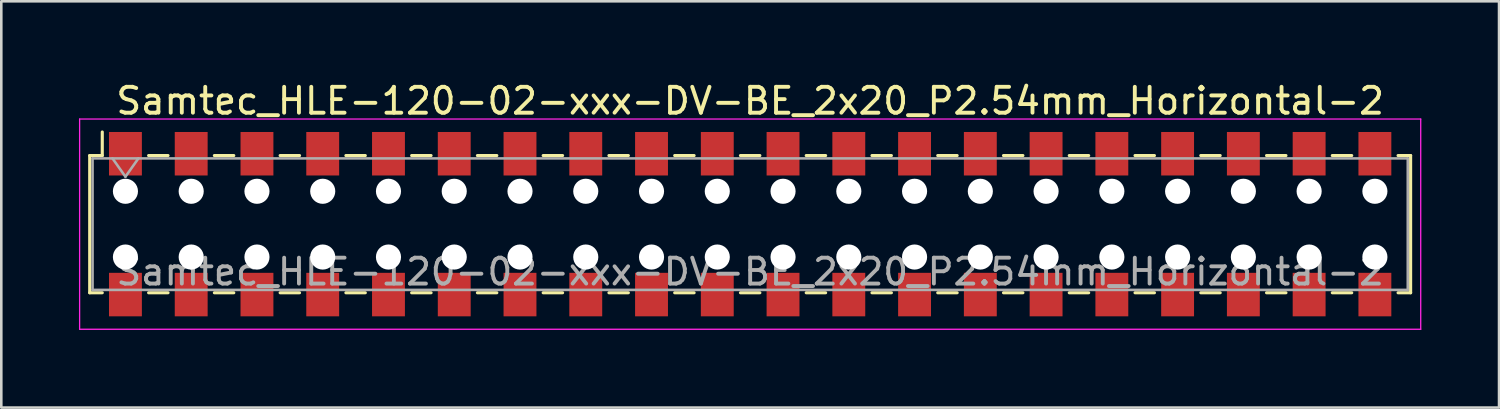
<source format=kicad_pcb>
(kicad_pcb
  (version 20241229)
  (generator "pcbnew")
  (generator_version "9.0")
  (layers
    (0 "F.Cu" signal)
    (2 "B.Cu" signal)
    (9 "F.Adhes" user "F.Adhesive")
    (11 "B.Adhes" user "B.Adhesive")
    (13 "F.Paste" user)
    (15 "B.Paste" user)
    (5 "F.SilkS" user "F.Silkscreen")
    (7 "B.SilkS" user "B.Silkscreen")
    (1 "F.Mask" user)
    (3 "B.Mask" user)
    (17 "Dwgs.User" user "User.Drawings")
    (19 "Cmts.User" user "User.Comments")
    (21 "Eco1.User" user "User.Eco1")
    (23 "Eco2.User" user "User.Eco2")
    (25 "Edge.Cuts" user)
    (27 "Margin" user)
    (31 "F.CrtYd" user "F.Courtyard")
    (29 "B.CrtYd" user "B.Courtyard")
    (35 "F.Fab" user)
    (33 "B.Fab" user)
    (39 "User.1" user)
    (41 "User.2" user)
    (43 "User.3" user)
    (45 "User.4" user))
  (footprint "Samtec_HLE-120-02-xxx-DV-BE_2x20_P2.54mm_Horizontal-2"
    (layer "F.Cu")
    (at 25.925 5.608)
    (property "Reference" "Samtec_HLE-120-02-xxx-DV-BE_2x20_P2.54mm_Horizontal-2" (at 0 -4.76 0) (layer "F.SilkS") (effects (font (size 1 1) (thickness 0.15))))
    (attr smd)
    (fp_line (start -25.51 -2.65) (end -25.51 2.65) (stroke (width 0.12) (type solid)) (layer "F.SilkS"))
    (fp_line (start -25.51 2.65) (end -25.025 2.65) (stroke (width 0.12) (type solid)) (layer "F.SilkS"))
    (fp_line (start -25.025 -3.56) (end -25.025 -2.65) (stroke (width 0.12) (type solid)) (layer "F.SilkS"))
    (fp_line (start -25.025 -2.65) (end -25.51 -2.65) (stroke (width 0.12) (type solid)) (layer "F.SilkS"))
    (fp_line (start -23.235 -2.65) (end -22.485 -2.65) (stroke (width 0.12) (type solid)) (layer "F.SilkS"))
    (fp_line (start -23.235 2.65) (end -22.485 2.65) (stroke (width 0.12) (type solid)) (layer "F.SilkS"))
    (fp_line (start -20.695 -2.65) (end -19.945 -2.65) (stroke (width 0.12) (type solid)) (layer "F.SilkS"))
    (fp_line (start -20.695 2.65) (end -19.945 2.65) (stroke (width 0.12) (type solid)) (layer "F.SilkS"))
    (fp_line (start -18.155 -2.65) (end -17.405 -2.65) (stroke (width 0.12) (type solid)) (layer "F.SilkS"))
    (fp_line (start -18.155 2.65) (end -17.405 2.65) (stroke (width 0.12) (type solid)) (layer "F.SilkS"))
    (fp_line (start -15.615 -2.65) (end -14.865 -2.65) (stroke (width 0.12) (type solid)) (layer "F.SilkS"))
    (fp_line (start -15.615 2.65) (end -14.865 2.65) (stroke (width 0.12) (type solid)) (layer "F.SilkS"))
    (fp_line (start -13.075 -2.65) (end -12.325 -2.65) (stroke (width 0.12) (type solid)) (layer "F.SilkS"))
    (fp_line (start -13.075 2.65) (end -12.325 2.65) (stroke (width 0.12) (type solid)) (layer "F.SilkS"))
    (fp_line (start -10.535 -2.65) (end -9.785 -2.65) (stroke (width 0.12) (type solid)) (layer "F.SilkS"))
    (fp_line (start -10.535 2.65) (end -9.785 2.65) (stroke (width 0.12) (type solid)) (layer "F.SilkS"))
    (fp_line (start -7.995 -2.65) (end -7.245 -2.65) (stroke (width 0.12) (type solid)) (layer "F.SilkS"))
    (fp_line (start -7.995 2.65) (end -7.245 2.65) (stroke (width 0.12) (type solid)) (layer "F.SilkS"))
    (fp_line (start -5.455 -2.65) (end -4.705 -2.65) (stroke (width 0.12) (type solid)) (layer "F.SilkS"))
    (fp_line (start -5.455 2.65) (end -4.705 2.65) (stroke (width 0.12) (type solid)) (layer "F.SilkS"))
    (fp_line (start -2.915 -2.65) (end -2.165 -2.65) (stroke (width 0.12) (type solid)) (layer "F.SilkS"))
    (fp_line (start -2.915 2.65) (end -2.165 2.65) (stroke (width 0.12) (type solid)) (layer "F.SilkS"))
    (fp_line (start -0.375 -2.65) (end 0.375 -2.65) (stroke (width 0.12) (type solid)) (layer "F.SilkS"))
    (fp_line (start -0.375 2.65) (end 0.375 2.65) (stroke (width 0.12) (type solid)) (layer "F.SilkS"))
    (fp_line (start 2.165 -2.65) (end 2.915 -2.65) (stroke (width 0.12) (type solid)) (layer "F.SilkS"))
    (fp_line (start 2.165 2.65) (end 2.915 2.65) (stroke (width 0.12) (type solid)) (layer "F.SilkS"))
    (fp_line (start 4.705 -2.65) (end 5.455 -2.65) (stroke (width 0.12) (type solid)) (layer "F.SilkS"))
    (fp_line (start 4.705 2.65) (end 5.455 2.65) (stroke (width 0.12) (type solid)) (layer "F.SilkS"))
    (fp_line (start 7.245 -2.65) (end 7.995 -2.65) (stroke (width 0.12) (type solid)) (layer "F.SilkS"))
    (fp_line (start 7.245 2.65) (end 7.995 2.65) (stroke (width 0.12) (type solid)) (layer "F.SilkS"))
    (fp_line (start 9.785 -2.65) (end 10.535 -2.65) (stroke (width 0.12) (type solid)) (layer "F.SilkS"))
    (fp_line (start 9.785 2.65) (end 10.535 2.65) (stroke (width 0.12) (type solid)) (layer "F.SilkS"))
    (fp_line (start 12.325 -2.65) (end 13.075 -2.65) (stroke (width 0.12) (type solid)) (layer "F.SilkS"))
    (fp_line (start 12.325 2.65) (end 13.075 2.65) (stroke (width 0.12) (type solid)) (layer "F.SilkS"))
    (fp_line (start 14.865 -2.65) (end 15.615 -2.65) (stroke (width 0.12) (type solid)) (layer "F.SilkS"))
    (fp_line (start 14.865 2.65) (end 15.615 2.65) (stroke (width 0.12) (type solid)) (layer "F.SilkS"))
    (fp_line (start 17.405 -2.65) (end 18.155 -2.65) (stroke (width 0.12) (type solid)) (layer "F.SilkS"))
    (fp_line (start 17.405 2.65) (end 18.155 2.65) (stroke (width 0.12) (type solid)) (layer "F.SilkS"))
    (fp_line (start 19.945 -2.65) (end 20.695 -2.65) (stroke (width 0.12) (type solid)) (layer "F.SilkS"))
    (fp_line (start 19.945 2.65) (end 20.695 2.65) (stroke (width 0.12) (type solid)) (layer "F.SilkS"))
    (fp_line (start 22.485 -2.65) (end 23.235 -2.65) (stroke (width 0.12) (type solid)) (layer "F.SilkS"))
    (fp_line (start 22.485 2.65) (end 23.235 2.65) (stroke (width 0.12) (type solid)) (layer "F.SilkS"))
    (fp_line (start 25.025 -2.65) (end 25.51 -2.65) (stroke (width 0.12) (type solid)) (layer "F.SilkS"))
    (fp_line (start 25.51 -2.65) (end 25.51 2.65) (stroke (width 0.12) (type solid)) (layer "F.SilkS"))
    (fp_line (start 25.51 2.65) (end 25.025 2.65) (stroke (width 0.12) (type solid)) (layer "F.SilkS"))
    (fp_line (start -25.9 -4.06) (end 25.9 -4.06) (stroke (width 0.05) (type solid)) (layer "F.CrtYd"))
    (fp_line (start -25.9 4.06) (end -25.9 -4.06) (stroke (width 0.05) (type solid)) (layer "F.CrtYd"))
    (fp_line (start 25.9 -4.06) (end 25.9 4.06) (stroke (width 0.05) (type solid)) (layer "F.CrtYd"))
    (fp_line (start 25.9 4.06) (end -25.9 4.06) (stroke (width 0.05) (type solid)) (layer "F.CrtYd"))
    (fp_line (start -25.4 -2.54) (end 25.4 -2.54) (stroke (width 0.1) (type solid)) (layer "F.Fab"))
    (fp_line (start -25.4 2.54) (end -25.4 -2.54) (stroke (width 0.1) (type solid)) (layer "F.Fab"))
    (fp_line (start -24.63 -2.54) (end -24.13 -1.833) (stroke (width 0.1) (type solid)) (layer "F.Fab"))
    (fp_line (start -24.13 -1.833) (end -23.63 -2.54) (stroke (width 0.1) (type solid)) (layer "F.Fab"))
    (fp_line (start 25.4 -2.54) (end 25.4 2.54) (stroke (width 0.1) (type solid)) (layer "F.Fab"))
    (fp_line (start 25.4 2.54) (end -25.4 2.54) (stroke (width 0.1) (type solid)) (layer "F.Fab"))
    (fp_text user "${REFERENCE}" (at 0 1.84 0) (layer "F.Fab") (effects (font (size 1 1) (thickness 0.15))))
    (pad "" np_thru_hole circle (at -24.13 -1.27) (size 0.97 0.97) (drill 0.97) (layers "*.Cu" "*.Mask"))
    (pad "" np_thru_hole circle (at -24.13 1.27) (size 0.97 0.97) (drill 0.97) (layers "*.Cu" "*.Mask"))
    (pad "" np_thru_hole circle (at -21.59 -1.27) (size 0.97 0.97) (drill 0.97) (layers "*.Cu" "*.Mask"))
    (pad "" np_thru_hole circle (at -21.59 1.27) (size 0.97 0.97) (drill 0.97) (layers "*.Cu" "*.Mask"))
    (pad "" np_thru_hole circle (at -19.05 -1.27) (size 0.97 0.97) (drill 0.97) (layers "*.Cu" "*.Mask"))
    (pad "" np_thru_hole circle (at -19.05 1.27) (size 0.97 0.97) (drill 0.97) (layers "*.Cu" "*.Mask"))
    (pad "" np_thru_hole circle (at -16.51 -1.27) (size 0.97 0.97) (drill 0.97) (layers "*.Cu" "*.Mask"))
    (pad "" np_thru_hole circle (at -16.51 1.27) (size 0.97 0.97) (drill 0.97) (layers "*.Cu" "*.Mask"))
    (pad "" np_thru_hole circle (at -13.97 -1.27) (size 0.97 0.97) (drill 0.97) (layers "*.Cu" "*.Mask"))
    (pad "" np_thru_hole circle (at -13.97 1.27) (size 0.97 0.97) (drill 0.97) (layers "*.Cu" "*.Mask"))
    (pad "" np_thru_hole circle (at -11.43 -1.27) (size 0.97 0.97) (drill 0.97) (layers "*.Cu" "*.Mask"))
    (pad "" np_thru_hole circle (at -11.43 1.27) (size 0.97 0.97) (drill 0.97) (layers "*.Cu" "*.Mask"))
    (pad "" np_thru_hole circle (at -8.89 -1.27) (size 0.97 0.97) (drill 0.97) (layers "*.Cu" "*.Mask"))
    (pad "" np_thru_hole circle (at -8.89 1.27) (size 0.97 0.97) (drill 0.97) (layers "*.Cu" "*.Mask"))
    (pad "" np_thru_hole circle (at -6.35 -1.27) (size 0.97 0.97) (drill 0.97) (layers "*.Cu" "*.Mask"))
    (pad "" np_thru_hole circle (at -6.35 1.27) (size 0.97 0.97) (drill 0.97) (layers "*.Cu" "*.Mask"))
    (pad "" np_thru_hole circle (at -3.81 -1.27) (size 0.97 0.97) (drill 0.97) (layers "*.Cu" "*.Mask"))
    (pad "" np_thru_hole circle (at -3.81 1.27) (size 0.97 0.97) (drill 0.97) (layers "*.Cu" "*.Mask"))
    (pad "" np_thru_hole circle (at -1.27 -1.27) (size 0.97 0.97) (drill 0.97) (layers "*.Cu" "*.Mask"))
    (pad "" np_thru_hole circle (at -1.27 1.27) (size 0.97 0.97) (drill 0.97) (layers "*.Cu" "*.Mask"))
    (pad "" np_thru_hole circle (at 1.27 -1.27) (size 0.97 0.97) (drill 0.97) (layers "*.Cu" "*.Mask"))
    (pad "" np_thru_hole circle (at 1.27 1.27) (size 0.97 0.97) (drill 0.97) (layers "*.Cu" "*.Mask"))
    (pad "" np_thru_hole circle (at 3.81 -1.27) (size 0.97 0.97) (drill 0.97) (layers "*.Cu" "*.Mask"))
    (pad "" np_thru_hole circle (at 3.81 1.27) (size 0.97 0.97) (drill 0.97) (layers "*.Cu" "*.Mask"))
    (pad "" np_thru_hole circle (at 6.35 -1.27) (size 0.97 0.97) (drill 0.97) (layers "*.Cu" "*.Mask"))
    (pad "" np_thru_hole circle (at 6.35 1.27) (size 0.97 0.97) (drill 0.97) (layers "*.Cu" "*.Mask"))
    (pad "" np_thru_hole circle (at 8.89 -1.27) (size 0.97 0.97) (drill 0.97) (layers "*.Cu" "*.Mask"))
    (pad "" np_thru_hole circle (at 8.89 1.27) (size 0.97 0.97) (drill 0.97) (layers "*.Cu" "*.Mask"))
    (pad "" np_thru_hole circle (at 11.43 -1.27) (size 0.97 0.97) (drill 0.97) (layers "*.Cu" "*.Mask"))
    (pad "" np_thru_hole circle (at 11.43 1.27) (size 0.97 0.97) (drill 0.97) (layers "*.Cu" "*.Mask"))
    (pad "" np_thru_hole circle (at 13.97 -1.27) (size 0.97 0.97) (drill 0.97) (layers "*.Cu" "*.Mask"))
    (pad "" np_thru_hole circle (at 13.97 1.27) (size 0.97 0.97) (drill 0.97) (layers "*.Cu" "*.Mask"))
    (pad "" np_thru_hole circle (at 16.51 -1.27) (size 0.97 0.97) (drill 0.97) (layers "*.Cu" "*.Mask"))
    (pad "" np_thru_hole circle (at 16.51 1.27) (size 0.97 0.97) (drill 0.97) (layers "*.Cu" "*.Mask"))
    (pad "" np_thru_hole circle (at 19.05 -1.27) (size 0.97 0.97) (drill 0.97) (layers "*.Cu" "*.Mask"))
    (pad "" np_thru_hole circle (at 19.05 1.27) (size 0.97 0.97) (drill 0.97) (layers "*.Cu" "*.Mask"))
    (pad "" np_thru_hole circle (at 21.59 -1.27) (size 0.97 0.97) (drill 0.97) (layers "*.Cu" "*.Mask"))
    (pad "" np_thru_hole circle (at 21.59 1.27) (size 0.97 0.97) (drill 0.97) (layers "*.Cu" "*.Mask"))
    (pad "" np_thru_hole circle (at 24.13 -1.27) (size 0.97 0.97) (drill 0.97) (layers "*.Cu" "*.Mask"))
    (pad "" np_thru_hole circle (at 24.13 1.27) (size 0.97 0.97) (drill 0.97) (layers "*.Cu" "*.Mask"))
    (pad "1" smd rect (at -24.13 2.72) (size 1.27 1.68) (layers "F.Cu" "F.Mask" "F.Paste"))
    (pad "2" smd rect (at -24.13 -2.72) (size 1.27 1.68) (layers "F.Cu" "F.Mask" "F.Paste"))
    (pad "3" smd rect (at -21.59 2.72) (size 1.27 1.68) (layers "F.Cu" "F.Mask" "F.Paste"))
    (pad "4" smd rect (at -21.59 -2.72) (size 1.27 1.68) (layers "F.Cu" "F.Mask" "F.Paste"))
    (pad "5" smd rect (at -19.05 2.72) (size 1.27 1.68) (layers "F.Cu" "F.Mask" "F.Paste"))
    (pad "6" smd rect (at -19.05 -2.72) (size 1.27 1.68) (layers "F.Cu" "F.Mask" "F.Paste"))
    (pad "7" smd rect (at -16.51 2.72) (size 1.27 1.68) (layers "F.Cu" "F.Mask" "F.Paste"))
    (pad "8" smd rect (at -16.51 -2.72) (size 1.27 1.68) (layers "F.Cu" "F.Mask" "F.Paste"))
    (pad "9" smd rect (at -13.97 2.72) (size 1.27 1.68) (layers "F.Cu" "F.Mask" "F.Paste"))
    (pad "10" smd rect (at -13.97 -2.72) (size 1.27 1.68) (layers "F.Cu" "F.Mask" "F.Paste"))
    (pad "11" smd rect (at -11.43 2.72) (size 1.27 1.68) (layers "F.Cu" "F.Mask" "F.Paste"))
    (pad "12" smd rect (at -11.43 -2.72) (size 1.27 1.68) (layers "F.Cu" "F.Mask" "F.Paste"))
    (pad "13" smd rect (at -8.89 2.72) (size 1.27 1.68) (layers "F.Cu" "F.Mask" "F.Paste"))
    (pad "14" smd rect (at -8.89 -2.72) (size 1.27 1.68) (layers "F.Cu" "F.Mask" "F.Paste"))
    (pad "15" smd rect (at -6.35 2.72) (size 1.27 1.68) (layers "F.Cu" "F.Mask" "F.Paste"))
    (pad "16" smd rect (at -6.35 -2.72) (size 1.27 1.68) (layers "F.Cu" "F.Mask" "F.Paste"))
    (pad "17" smd rect (at -3.81 2.72) (size 1.27 1.68) (layers "F.Cu" "F.Mask" "F.Paste"))
    (pad "18" smd rect (at -3.81 -2.72) (size 1.27 1.68) (layers "F.Cu" "F.Mask" "F.Paste"))
    (pad "19" smd rect (at -1.27 2.72) (size 1.27 1.68) (layers "F.Cu" "F.Mask" "F.Paste"))
    (pad "20" smd rect (at -1.27 -2.72) (size 1.27 1.68) (layers "F.Cu" "F.Mask" "F.Paste"))
    (pad "21" smd rect (at 1.27 2.72) (size 1.27 1.68) (layers "F.Cu" "F.Mask" "F.Paste"))
    (pad "22" smd rect (at 1.27 -2.72) (size 1.27 1.68) (layers "F.Cu" "F.Mask" "F.Paste"))
    (pad "23" smd rect (at 3.81 2.72) (size 1.27 1.68) (layers "F.Cu" "F.Mask" "F.Paste"))
    (pad "24" smd rect (at 3.81 -2.72) (size 1.27 1.68) (layers "F.Cu" "F.Mask" "F.Paste"))
    (pad "25" smd rect (at 6.35 2.72) (size 1.27 1.68) (layers "F.Cu" "F.Mask" "F.Paste"))
    (pad "26" smd rect (at 6.35 -2.72) (size 1.27 1.68) (layers "F.Cu" "F.Mask" "F.Paste"))
    (pad "27" smd rect (at 8.89 2.72) (size 1.27 1.68) (layers "F.Cu" "F.Mask" "F.Paste"))
    (pad "28" smd rect (at 8.89 -2.72) (size 1.27 1.68) (layers "F.Cu" "F.Mask" "F.Paste"))
    (pad "29" smd rect (at 11.43 2.72) (size 1.27 1.68) (layers "F.Cu" "F.Mask" "F.Paste"))
    (pad "30" smd rect (at 11.43 -2.72) (size 1.27 1.68) (layers "F.Cu" "F.Mask" "F.Paste"))
    (pad "31" smd rect (at 13.97 2.72) (size 1.27 1.68) (layers "F.Cu" "F.Mask" "F.Paste"))
    (pad "32" smd rect (at 13.97 -2.72) (size 1.27 1.68) (layers "F.Cu" "F.Mask" "F.Paste"))
    (pad "33" smd rect (at 16.51 2.72) (size 1.27 1.68) (layers "F.Cu" "F.Mask" "F.Paste"))
    (pad "34" smd rect (at 16.51 -2.72) (size 1.27 1.68) (layers "F.Cu" "F.Mask" "F.Paste"))
    (pad "35" smd rect (at 19.05 2.72) (size 1.27 1.68) (layers "F.Cu" "F.Mask" "F.Paste"))
    (pad "36" smd rect (at 19.05 -2.72) (size 1.27 1.68) (layers "F.Cu" "F.Mask" "F.Paste"))
    (pad "37" smd rect (at 21.59 2.72) (size 1.27 1.68) (layers "F.Cu" "F.Mask" "F.Paste"))
    (pad "38" smd rect (at 21.59 -2.72) (size 1.27 1.68) (layers "F.Cu" "F.Mask" "F.Paste"))
    (pad "39" smd rect (at 24.13 2.72) (size 1.27 1.68) (layers "F.Cu" "F.Mask" "F.Paste"))
    (pad "40" smd rect (at 24.13 -2.72) (size 1.27 1.68) (layers "F.Cu" "F.Mask" "F.Paste")))
  (gr_rect
    (start -3 -3)
    (end 54.85 12.693)
    (stroke (width 0.1) (type default))
    (fill no)
    (layer "Edge.Cuts")))
</source>
